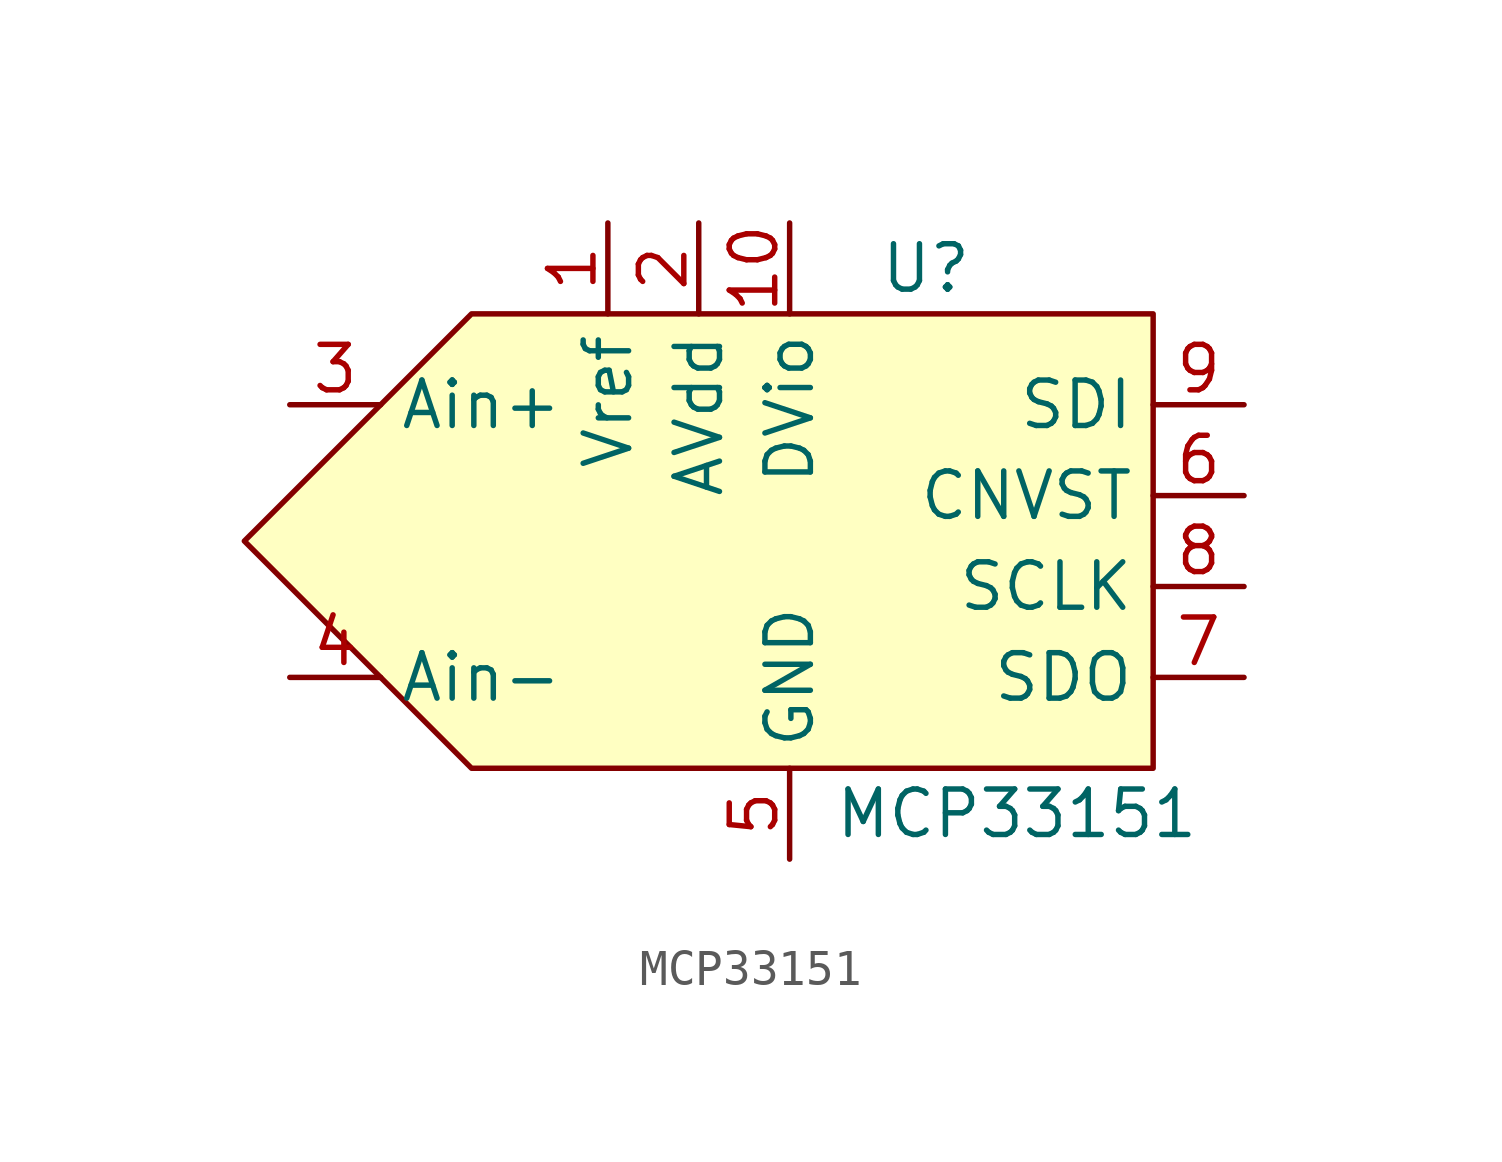
<source format=kicad_sym>
(kicad_symbol_lib
  (version 20220914)
  (generator kicad_symbol_editor)
  (symbol "MCP33151"
    (property "Reference" "U"
      (at 3.81 7.62 0)
      (effects (font (size 1.27 1.27))))
    (property "Value" "MCP33151"
      (at 6.35 -7.62 0)
      (effects (font (size 1.27 1.27))))
    (symbol "MCP33151_1_1"
      (polyline (pts (xy -8.89 6.35) (xy -15.24 0) (xy -8.89 -6.35) (xy 10.16 -6.35) (xy 10.16 6.35) (xy -8.89 6.35)) (stroke (width 0) (type default)) (fill (type background)))
      (pin input line (at -5.08 8.89 270) (length 2.54) (name "Vref" (effects (font (size 1.27 1.27)))) (number "1" (effects (font (size 1.27 1.27)))))
      (pin bidirectional line (at 0 8.89 270) (length 2.54) (name "DVio" (effects (font (size 1.27 1.27)))) (number "10" (effects (font (size 1.27 1.27)))))
      (pin power_in line (at -2.54 8.89 270) (length 2.54) (name "AVdd" (effects (font (size 1.27 1.27)))) (number "2" (effects (font (size 1.27 1.27)))))
      (pin input line (at -13.97 3.81 0) (length 2.54) (name "Ain+" (effects (font (size 1.27 1.27)))) (number "3" (effects (font (size 1.27 1.27)))))
      (pin input line (at -13.97 -3.81 0) (length 2.54) (name "Ain-" (effects (font (size 1.27 1.27)))) (number "4" (effects (font (size 1.27 1.27)))))
      (pin power_in line (at 0 -8.89 90) (length 2.54) (name "GND" (effects (font (size 1.27 1.27)))) (number "5" (effects (font (size 1.27 1.27)))))
      (pin input line (at 12.7 1.27 180) (length 2.54) (name "CNVST" (effects (font (size 1.27 1.27)))) (number "6" (effects (font (size 1.27 1.27)))))
      (pin output line (at 12.7 -3.81 180) (length 2.54) (name "SDO" (effects (font (size 1.27 1.27)))) (number "7" (effects (font (size 1.27 1.27)))))
      (pin input line (at 12.7 -1.27 180) (length 2.54) (name "SCLK" (effects (font (size 1.27 1.27)))) (number "8" (effects (font (size 1.27 1.27)))))
      (pin input line (at 12.7 3.81 180) (length 2.54) (name "SDI" (effects (font (size 1.27 1.27)))) (number "9" (effects (font (size 1.27 1.27))))))))
</source>
